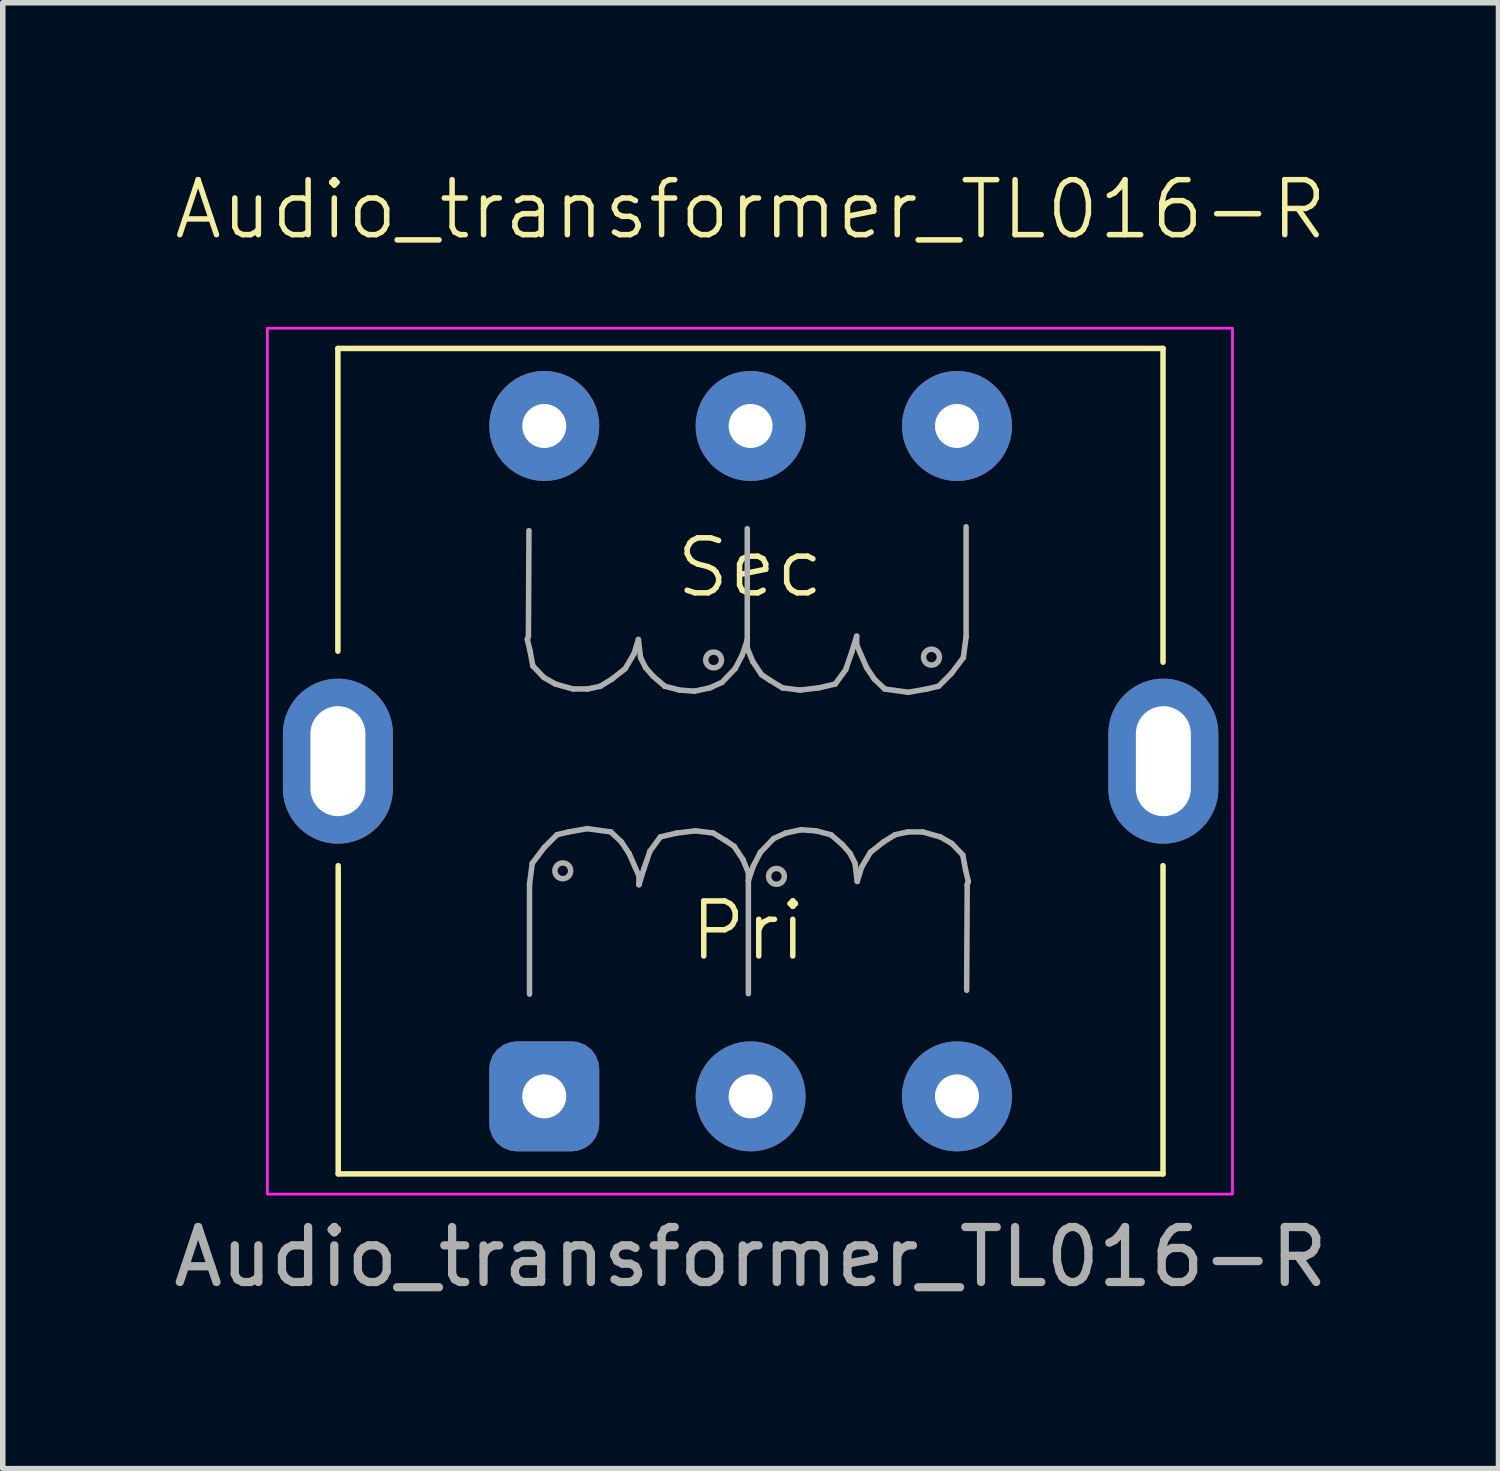
<source format=kicad_pcb>
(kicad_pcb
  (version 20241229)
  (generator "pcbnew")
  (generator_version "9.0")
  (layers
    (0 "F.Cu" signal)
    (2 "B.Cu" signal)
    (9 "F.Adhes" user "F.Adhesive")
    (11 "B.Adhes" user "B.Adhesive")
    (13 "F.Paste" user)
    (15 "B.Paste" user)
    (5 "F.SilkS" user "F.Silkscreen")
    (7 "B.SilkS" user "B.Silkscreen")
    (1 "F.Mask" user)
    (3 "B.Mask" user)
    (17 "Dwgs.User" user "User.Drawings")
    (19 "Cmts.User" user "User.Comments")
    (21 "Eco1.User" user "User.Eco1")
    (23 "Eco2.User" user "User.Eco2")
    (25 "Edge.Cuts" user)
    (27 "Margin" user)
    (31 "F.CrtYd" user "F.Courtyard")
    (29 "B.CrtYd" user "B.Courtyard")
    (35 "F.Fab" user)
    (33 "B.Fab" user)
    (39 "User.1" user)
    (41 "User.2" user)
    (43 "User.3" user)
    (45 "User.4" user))
  (footprint "Audio_transformer_TL016-R"
    (layer "F.Cu")
    (at 10.601 10.793)
    (property "Reference" "Audio_transformer_TL016-R" (at 0 -10.033 0) (unlocked yes) (layer "F.SilkS") (effects (font (size 1 1) (thickness 0.1))))
    (attr through_hole)
    (fp_line (start -7.506 -7.506) (end -7.506 -2) (stroke (width 0.1) (type default)) (layer "F.SilkS"))
    (fp_line (start -7.5 1.9) (end -7.5 7.506) (stroke (width 0.1) (type default)) (layer "F.SilkS"))
    (fp_line (start -7.5 7.506) (end 7.5 7.506) (stroke (width 0.1) (type default)) (layer "F.SilkS"))
    (fp_line (start 7.5 -7.506) (end -7.506 -7.506) (stroke (width 0.1) (type default)) (layer "F.SilkS"))
    (fp_line (start 7.5 -1.8) (end 7.5 -7.506) (stroke (width 0.1) (type default)) (layer "F.SilkS"))
    (fp_line (start 7.5 7.506) (end 7.5 1.9) (stroke (width 0.1) (type default)) (layer "F.SilkS"))
    (fp_rect (start -8.788 -7.874) (end 8.763 7.874) (stroke (width 0.05) (type default)) (fill no) (layer "F.CrtYd"))
    (fp_line (start -4.061 -2.213) (end -4.041 -2.273) (stroke (width 0.1) (type solid)) (layer "F.Fab"))
    (fp_line (start -4.041 -2.273) (end -4.031 -4.193) (stroke (width 0.1) (type solid)) (layer "F.Fab"))
    (fp_line (start -4.021 2.237) (end -3.971 1.857) (stroke (width 0.1) (type solid)) (layer "F.Fab"))
    (fp_line (start -4.021 4.237) (end -4.021 2.237) (stroke (width 0.1) (type solid)) (layer "F.Fab"))
    (fp_line (start -4.011 -2.003) (end -4.061 -2.213) (stroke (width 0.1) (type solid)) (layer "F.Fab"))
    (fp_line (start -3.971 1.857) (end -3.751 1.567) (stroke (width 0.1) (type solid)) (layer "F.Fab"))
    (fp_line (start -3.961 -1.733) (end -4.011 -2.003) (stroke (width 0.1) (type solid)) (layer "F.Fab"))
    (fp_line (start -3.761 -1.523) (end -3.961 -1.733) (stroke (width 0.1) (type solid)) (layer "F.Fab"))
    (fp_line (start -3.751 1.567) (end -3.521 1.337) (stroke (width 0.1) (type solid)) (layer "F.Fab"))
    (fp_line (start -3.551 -1.403) (end -3.761 -1.523) (stroke (width 0.1) (type solid)) (layer "F.Fab"))
    (fp_line (start -3.521 1.337) (end -3.311 1.287) (stroke (width 0.1) (type solid)) (layer "F.Fab"))
    (fp_line (start -3.311 1.287) (end -2.971 1.227) (stroke (width 0.1) (type solid)) (layer "F.Fab"))
    (fp_line (start -3.231 -1.313) (end -3.551 -1.403) (stroke (width 0.1) (type solid)) (layer "F.Fab"))
    (fp_line (start -2.971 1.227) (end -2.541 1.287) (stroke (width 0.1) (type solid)) (layer "F.Fab"))
    (fp_line (start -2.961 -1.313) (end -3.231 -1.313) (stroke (width 0.1) (type solid)) (layer "F.Fab"))
    (fp_line (start -2.731 -1.363) (end -2.961 -1.313) (stroke (width 0.1) (type solid)) (layer "F.Fab"))
    (fp_line (start -2.541 1.287) (end -2.351 1.467) (stroke (width 0.1) (type solid)) (layer "F.Fab"))
    (fp_line (start -2.521 -1.493) (end -2.731 -1.363) (stroke (width 0.1) (type solid)) (layer "F.Fab"))
    (fp_line (start -2.351 1.467) (end -2.211 1.677) (stroke (width 0.1) (type solid)) (layer "F.Fab"))
    (fp_line (start -2.281 -1.683) (end -2.521 -1.493) (stroke (width 0.1) (type solid)) (layer "F.Fab"))
    (fp_line (start -2.211 1.677) (end -2.031 2.087) (stroke (width 0.1) (type solid)) (layer "F.Fab"))
    (fp_line (start -2.121 -1.953) (end -2.281 -1.683) (stroke (width 0.1) (type solid)) (layer "F.Fab"))
    (fp_line (start -2.041 -2.213) (end -2.121 -1.953) (stroke (width 0.1) (type solid)) (layer "F.Fab"))
    (fp_line (start -2.031 2.087) (end -2.031 2.247) (stroke (width 0.1) (type solid)) (layer "F.Fab"))
    (fp_line (start -2.031 2.247) (end -1.941 1.957) (stroke (width 0.1) (type solid)) (layer "F.Fab"))
    (fp_line (start -2.001 -1.883) (end -2.041 -2.213) (stroke (width 0.1) (type solid)) (layer "F.Fab"))
    (fp_line (start -1.941 1.957) (end -1.831 1.637) (stroke (width 0.1) (type solid)) (layer "F.Fab"))
    (fp_line (start -1.911 -1.703) (end -2.001 -1.883) (stroke (width 0.1) (type solid)) (layer "F.Fab"))
    (fp_line (start -1.831 1.637) (end -1.641 1.377) (stroke (width 0.1) (type solid)) (layer "F.Fab"))
    (fp_line (start -1.771 -1.543) (end -1.911 -1.703) (stroke (width 0.1) (type solid)) (layer "F.Fab"))
    (fp_line (start -1.641 1.377) (end -1.341 1.307) (stroke (width 0.1) (type solid)) (layer "F.Fab"))
    (fp_line (start -1.561 -1.363) (end -1.771 -1.543) (stroke (width 0.1) (type solid)) (layer "F.Fab"))
    (fp_line (start -1.341 1.307) (end -1.001 1.267) (stroke (width 0.1) (type solid)) (layer "F.Fab"))
    (fp_line (start -1.291 -1.293) (end -1.561 -1.363) (stroke (width 0.1) (type solid)) (layer "F.Fab"))
    (fp_line (start -1.021 -1.273) (end -1.291 -1.293) (stroke (width 0.1) (type solid)) (layer "F.Fab"))
    (fp_line (start -1.001 1.267) (end -0.681 1.307) (stroke (width 0.1) (type solid)) (layer "F.Fab"))
    (fp_line (start -0.741 -1.333) (end -1.021 -1.273) (stroke (width 0.1) (type solid)) (layer "F.Fab"))
    (fp_line (start -0.681 1.307) (end -0.451 1.447) (stroke (width 0.1) (type solid)) (layer "F.Fab"))
    (fp_line (start -0.521 -1.433) (end -0.741 -1.333) (stroke (width 0.1) (type solid)) (layer "F.Fab"))
    (fp_line (start -0.451 1.447) (end -0.301 1.547) (stroke (width 0.1) (type solid)) (layer "F.Fab"))
    (fp_line (start -0.301 1.547) (end -0.141 1.787) (stroke (width 0.1) (type solid)) (layer "F.Fab"))
    (fp_line (start -0.281 -1.683) (end -0.521 -1.433) (stroke (width 0.1) (type solid)) (layer "F.Fab"))
    (fp_line (start -0.151 -1.933) (end -0.281 -1.683) (stroke (width 0.1) (type solid)) (layer "F.Fab"))
    (fp_line (start -0.141 1.787) (end -0.041 2.027) (stroke (width 0.1) (type solid)) (layer "F.Fab"))
    (fp_line (start -0.061 -2.203) (end -0.151 -1.933) (stroke (width 0.1) (type solid)) (layer "F.Fab"))
    (fp_line (start -0.061 -2.203) (end -0.061 -4.229) (stroke (width 0.1) (type default)) (layer "F.Fab"))
    (fp_line (start -0.061 -2.053) (end -0.061 -2.203) (stroke (width 0.1) (type solid)) (layer "F.Fab"))
    (fp_line (start -0.041 2.027) (end -0.041 2.177) (stroke (width 0.1) (type solid)) (layer "F.Fab"))
    (fp_line (start -0.041 2.177) (end -0.041 4.229) (stroke (width 0.1) (type default)) (layer "F.Fab"))
    (fp_line (start -0.041 2.177) (end 0.049 1.907) (stroke (width 0.1) (type solid)) (layer "F.Fab"))
    (fp_line (start 0.039 -1.813) (end -0.061 -2.053) (stroke (width 0.1) (type solid)) (layer "F.Fab"))
    (fp_line (start 0.049 1.907) (end 0.179 1.657) (stroke (width 0.1) (type solid)) (layer "F.Fab"))
    (fp_line (start 0.179 1.657) (end 0.419 1.407) (stroke (width 0.1) (type solid)) (layer "F.Fab"))
    (fp_line (start 0.199 -1.573) (end 0.039 -1.813) (stroke (width 0.1) (type solid)) (layer "F.Fab"))
    (fp_line (start 0.349 -1.473) (end 0.199 -1.573) (stroke (width 0.1) (type solid)) (layer "F.Fab"))
    (fp_line (start 0.419 1.407) (end 0.639 1.307) (stroke (width 0.1) (type solid)) (layer "F.Fab"))
    (fp_line (start 0.579 -1.333) (end 0.349 -1.473) (stroke (width 0.1) (type solid)) (layer "F.Fab"))
    (fp_line (start 0.639 1.307) (end 0.919 1.247) (stroke (width 0.1) (type solid)) (layer "F.Fab"))
    (fp_line (start 0.899 -1.293) (end 0.579 -1.333) (stroke (width 0.1) (type solid)) (layer "F.Fab"))
    (fp_line (start 0.919 1.247) (end 1.189 1.267) (stroke (width 0.1) (type solid)) (layer "F.Fab"))
    (fp_line (start 1.189 1.267) (end 1.459 1.337) (stroke (width 0.1) (type solid)) (layer "F.Fab"))
    (fp_line (start 1.239 -1.333) (end 0.899 -1.293) (stroke (width 0.1) (type solid)) (layer "F.Fab"))
    (fp_line (start 1.459 1.337) (end 1.669 1.517) (stroke (width 0.1) (type solid)) (layer "F.Fab"))
    (fp_line (start 1.539 -1.403) (end 1.239 -1.333) (stroke (width 0.1) (type solid)) (layer "F.Fab"))
    (fp_line (start 1.669 1.517) (end 1.809 1.677) (stroke (width 0.1) (type solid)) (layer "F.Fab"))
    (fp_line (start 1.729 -1.663) (end 1.539 -1.403) (stroke (width 0.1) (type solid)) (layer "F.Fab"))
    (fp_line (start 1.809 1.677) (end 1.899 1.857) (stroke (width 0.1) (type solid)) (layer "F.Fab"))
    (fp_line (start 1.839 -1.983) (end 1.729 -1.663) (stroke (width 0.1) (type solid)) (layer "F.Fab"))
    (fp_line (start 1.899 1.857) (end 1.939 2.187) (stroke (width 0.1) (type solid)) (layer "F.Fab"))
    (fp_line (start 1.929 -2.273) (end 1.839 -1.983) (stroke (width 0.1) (type solid)) (layer "F.Fab"))
    (fp_line (start 1.929 -2.113) (end 1.929 -2.273) (stroke (width 0.1) (type solid)) (layer "F.Fab"))
    (fp_line (start 1.939 2.187) (end 2.019 1.927) (stroke (width 0.1) (type solid)) (layer "F.Fab"))
    (fp_line (start 2.019 1.927) (end 2.179 1.657) (stroke (width 0.1) (type solid)) (layer "F.Fab"))
    (fp_line (start 2.109 -1.703) (end 1.929 -2.113) (stroke (width 0.1) (type solid)) (layer "F.Fab"))
    (fp_line (start 2.179 1.657) (end 2.419 1.467) (stroke (width 0.1) (type solid)) (layer "F.Fab"))
    (fp_line (start 2.249 -1.493) (end 2.109 -1.703) (stroke (width 0.1) (type solid)) (layer "F.Fab"))
    (fp_line (start 2.419 1.467) (end 2.629 1.337) (stroke (width 0.1) (type solid)) (layer "F.Fab"))
    (fp_line (start 2.439 -1.313) (end 2.249 -1.493) (stroke (width 0.1) (type solid)) (layer "F.Fab"))
    (fp_line (start 2.629 1.337) (end 2.859 1.287) (stroke (width 0.1) (type solid)) (layer "F.Fab"))
    (fp_line (start 2.859 1.287) (end 3.129 1.287) (stroke (width 0.1) (type solid)) (layer "F.Fab"))
    (fp_line (start 2.869 -1.253) (end 2.439 -1.313) (stroke (width 0.1) (type solid)) (layer "F.Fab"))
    (fp_line (start 3.129 1.287) (end 3.449 1.377) (stroke (width 0.1) (type solid)) (layer "F.Fab"))
    (fp_line (start 3.209 -1.313) (end 2.869 -1.253) (stroke (width 0.1) (type solid)) (layer "F.Fab"))
    (fp_line (start 3.419 -1.363) (end 3.209 -1.313) (stroke (width 0.1) (type solid)) (layer "F.Fab"))
    (fp_line (start 3.449 1.377) (end 3.659 1.497) (stroke (width 0.1) (type solid)) (layer "F.Fab"))
    (fp_line (start 3.649 -1.593) (end 3.419 -1.363) (stroke (width 0.1) (type solid)) (layer "F.Fab"))
    (fp_line (start 3.659 1.497) (end 3.859 1.707) (stroke (width 0.1) (type solid)) (layer "F.Fab"))
    (fp_line (start 3.859 1.707) (end 3.909 1.977) (stroke (width 0.1) (type solid)) (layer "F.Fab"))
    (fp_line (start 3.869 -1.883) (end 3.649 -1.593) (stroke (width 0.1) (type solid)) (layer "F.Fab"))
    (fp_line (start 3.909 1.977) (end 3.959 2.187) (stroke (width 0.1) (type solid)) (layer "F.Fab"))
    (fp_line (start 3.919 -4.263) (end 3.919 -2.263) (stroke (width 0.1) (type solid)) (layer "F.Fab"))
    (fp_line (start 3.919 -2.263) (end 3.869 -1.883) (stroke (width 0.1) (type solid)) (layer "F.Fab"))
    (fp_line (start 3.939 2.247) (end 3.929 4.167) (stroke (width 0.1) (type solid)) (layer "F.Fab"))
    (fp_line (start 3.959 2.187) (end 3.939 2.247) (stroke (width 0.1) (type solid)) (layer "F.Fab"))
    (fp_circle (center -3.416 1.994) (end -3.315 1.892) (stroke (width 0.1) (type default)) (fill no) (layer "F.Fab"))
    (fp_circle (center -0.673 -1.841) (end -0.572 -1.943) (stroke (width 0.1) (type default)) (fill no) (layer "F.Fab"))
    (fp_circle (center 0.47 2.095) (end 0.572 1.994) (stroke (width 0.1) (type default)) (fill no) (layer "F.Fab"))
    (fp_circle (center 3.289 -1.892) (end 3.391 -1.994) (stroke (width 0.1) (type default)) (fill no) (layer "F.Fab"))
    (fp_text user "Sec" (at -1.41 -2.934 0) (unlocked yes) (layer "F.SilkS") (effects (font (size 1 1) (thickness 0.1)) (justify left bottom)))
    (fp_text user "Pri" (at -1.156 3.67 0) (unlocked yes) (layer "F.SilkS") (effects (font (size 1 1) (thickness 0.1)) (justify left bottom)))
    (fp_text user "${REFERENCE}" (at 0 9.017 0) (unlocked yes) (layer "F.Fab") (effects (font (size 1 1) (thickness 0.15))))
    (pad "" thru_hole oval (at -7.506 0) (size 2 3) (drill oval 1 2) (layers "*.Cu" "*.Mask"))
    (pad "" thru_hole oval (at 7.506 0) (size 2 3) (drill oval 1 2) (layers "*.Cu" "*.Mask"))
    (pad "1" thru_hole roundrect (at -3.753 6.096) (size 2 2) (drill 0.8) (layers "*.Cu" "*.Mask") (roundrect_rratio 0.25))
    (pad "2" thru_hole circle (at 0 6.096) (size 2 2) (drill 0.8) (layers "*.Cu" "*.Mask"))
    (pad "3" thru_hole circle (at 3.753 6.096) (size 2 2) (drill 0.8) (layers "*.Cu" "*.Mask"))
    (pad "4" thru_hole circle (at 3.753 -6.096) (size 2 2) (drill 0.8) (layers "*.Cu" "*.Mask"))
    (pad "5" thru_hole circle (at 0 -6.096) (size 2 2) (drill 0.8) (layers "*.Cu" "*.Mask"))
    (pad "6" thru_hole circle (at -3.753 -6.096) (size 2 2) (drill 0.8) (layers "*.Cu" "*.Mask")))
  (gr_rect
    (start -3 -3)
    (end 24.202 23.659)
    (stroke (width 0.1) (type default))
    (fill no)
    (layer "Edge.Cuts")))
</source>
